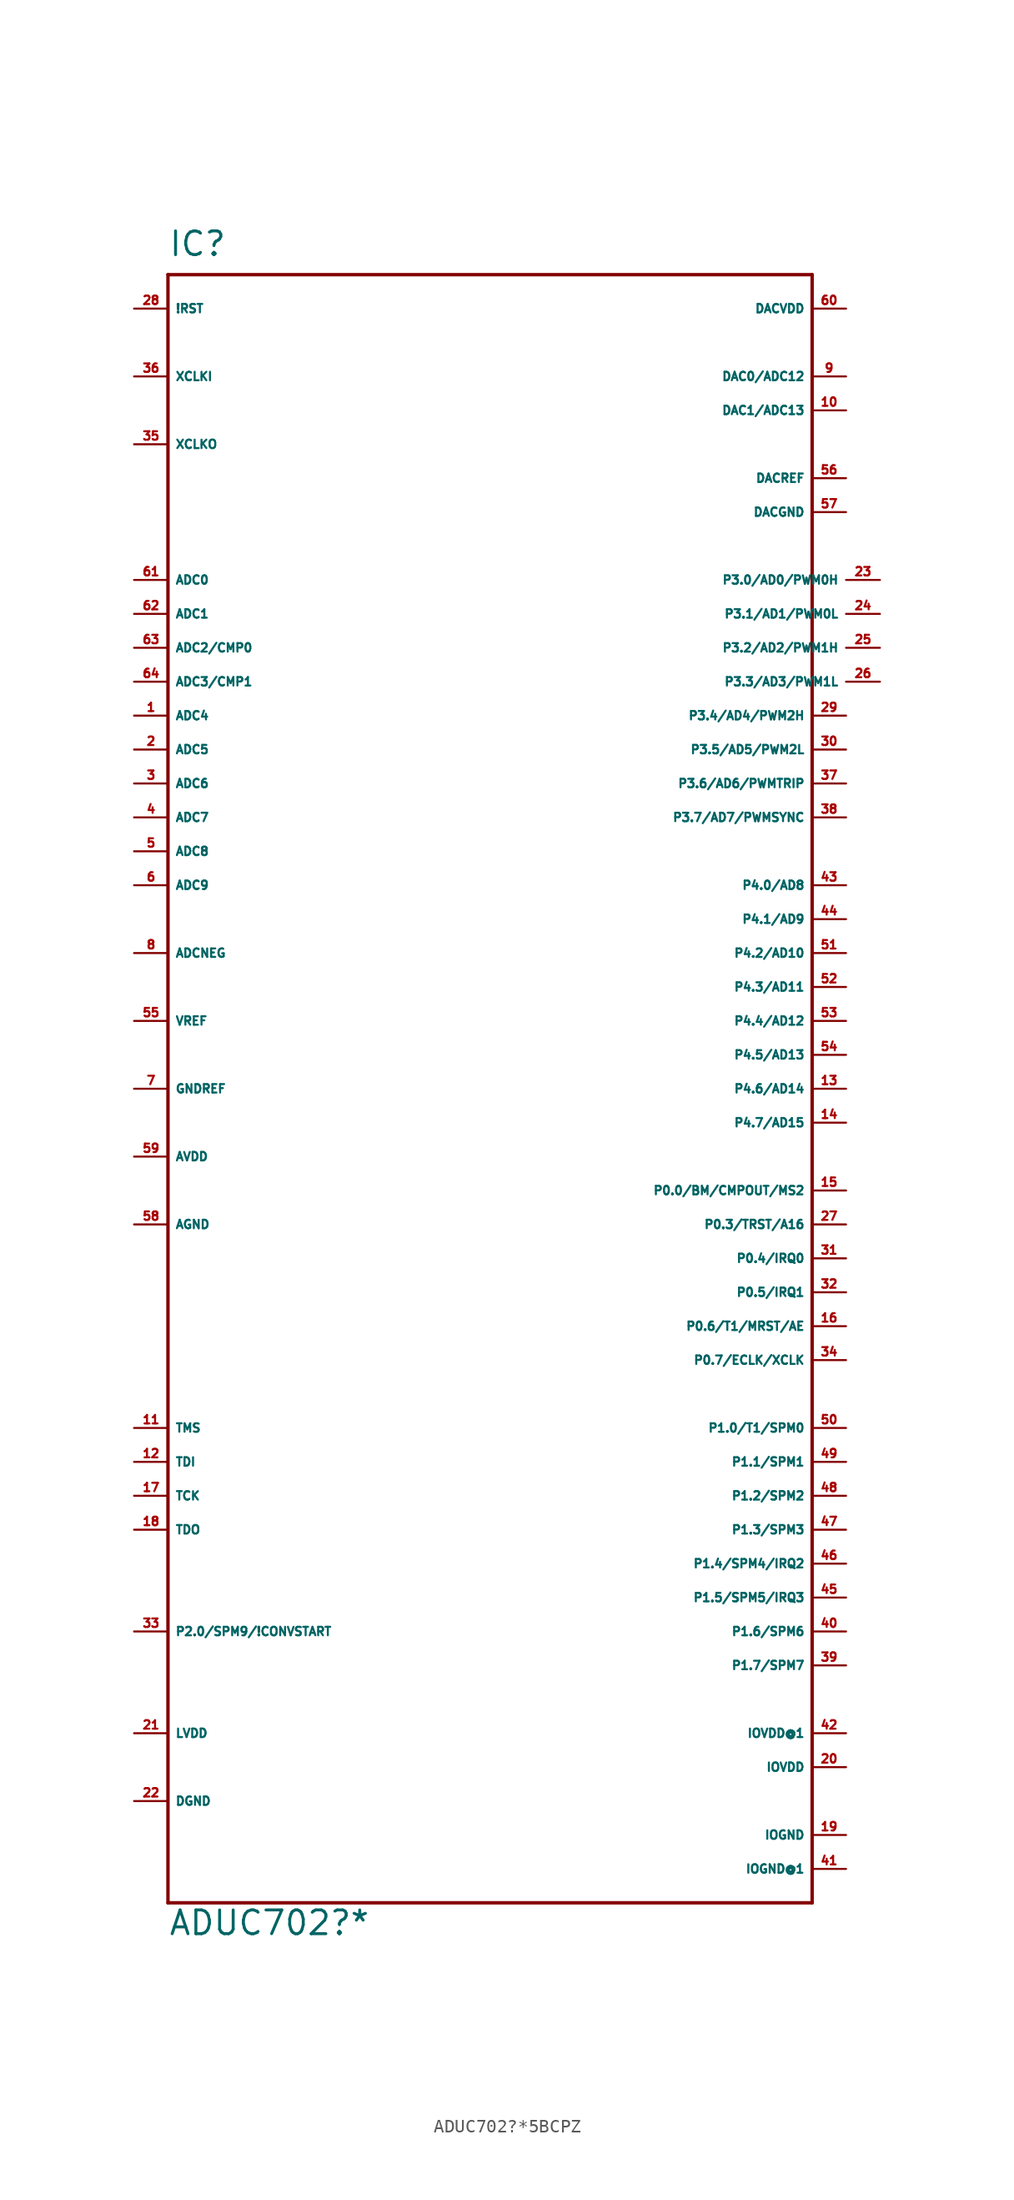
<source format=kicad_sym>
(kicad_symbol_lib
  (version 20220914)
  (generator Eagle2Kicad)
  (symbol "ADUC702?*5BCPZ"
    (property "Reference" "IC"
      (at -22.86 59.69 0)
      (effects (font (size 1.778 1.778) (thickness 0.22)) (justify left bottom)))
    (property "Value" "ADUC702?*"
      (at -22.86 -66.04 0)
      (effects (font (size 1.778 1.778) (thickness 0.22)) (justify left bottom)))
    (polyline
      (pts (xy -22.86 58.42) (xy 25.4 58.42))
      (stroke (width 0.254) (type default))
      (fill (type none)))
    (polyline
      (pts (xy 25.4 58.42) (xy 25.4 -63.5))
      (stroke (width 0.254) (type default))
      (fill (type none)))
    (polyline
      (pts (xy 25.4 -63.5) (xy -22.86 -63.5))
      (stroke (width 0.254) (type default))
      (fill (type none)))
    (polyline
      (pts (xy -22.86 -63.5) (xy -22.86 58.42))
      (stroke (width 0.254) (type default))
      (fill (type none)))
    (pin input line
      (at -25.4 35.56 0)
      (length 2.54)
      (name "ADC0" (effects (font (size 0.635 0.635) (thickness 0.08)) (justify left bottom)))
      (number "61" (effects (font (size 0.635 0.635) (thickness 0.08)) (justify left bottom))))
    (pin input line
      (at -25.4 33.02 0)
      (length 2.54)
      (name "ADC1" (effects (font (size 0.635 0.635) (thickness 0.08)) (justify left bottom)))
      (number "62" (effects (font (size 0.635 0.635) (thickness 0.08)) (justify left bottom))))
    (pin input line
      (at -25.4 30.48 0)
      (length 2.54)
      (name "ADC2/CMP0" (effects (font (size 0.635 0.635) (thickness 0.08)) (justify left bottom)))
      (number "63" (effects (font (size 0.635 0.635) (thickness 0.08)) (justify left bottom))))
    (pin input line
      (at -25.4 27.94 0)
      (length 2.54)
      (name "ADC3/CMP1" (effects (font (size 0.635 0.635) (thickness 0.08)) (justify left bottom)))
      (number "64" (effects (font (size 0.635 0.635) (thickness 0.08)) (justify left bottom))))
    (pin input line
      (at -25.4 25.4 0)
      (length 2.54)
      (name "ADC4" (effects (font (size 0.635 0.635) (thickness 0.08)) (justify left bottom)))
      (number "1" (effects (font (size 0.635 0.635) (thickness 0.08)) (justify left bottom))))
    (pin input line
      (at -25.4 22.86 0)
      (length 2.54)
      (name "ADC5" (effects (font (size 0.635 0.635) (thickness 0.08)) (justify left bottom)))
      (number "2" (effects (font (size 0.635 0.635) (thickness 0.08)) (justify left bottom))))
    (pin input line
      (at -25.4 20.32 0)
      (length 2.54)
      (name "ADC6" (effects (font (size 0.635 0.635) (thickness 0.08)) (justify left bottom)))
      (number "3" (effects (font (size 0.635 0.635) (thickness 0.08)) (justify left bottom))))
    (pin input line
      (at -25.4 17.78 0)
      (length 2.54)
      (name "ADC7" (effects (font (size 0.635 0.635) (thickness 0.08)) (justify left bottom)))
      (number "4" (effects (font (size 0.635 0.635) (thickness 0.08)) (justify left bottom))))
    (pin input line
      (at -25.4 15.24 0)
      (length 2.54)
      (name "ADC8" (effects (font (size 0.635 0.635) (thickness 0.08)) (justify left bottom)))
      (number "5" (effects (font (size 0.635 0.635) (thickness 0.08)) (justify left bottom))))
    (pin input line
      (at -25.4 12.7 0)
      (length 2.54)
      (name "ADC9" (effects (font (size 0.635 0.635) (thickness 0.08)) (justify left bottom)))
      (number "6" (effects (font (size 0.635 0.635) (thickness 0.08)) (justify left bottom))))
    (pin passive line
      (at -25.4 2.54 0)
      (length 2.54)
      (name "VREF" (effects (font (size 0.635 0.635) (thickness 0.08)) (justify left bottom)))
      (number "55" (effects (font (size 0.635 0.635) (thickness 0.08)) (justify left bottom))))
    (pin input line
      (at -25.4 55.88 0)
      (length 2.54)
      (name "!RST" (effects (font (size 0.635 0.635) (thickness 0.08)) (justify left bottom)))
      (number "28" (effects (font (size 0.635 0.635) (thickness 0.08)) (justify left bottom))))
    (pin input line
      (at -25.4 50.8 0)
      (length 2.54)
      (name "XCLKI" (effects (font (size 0.635 0.635) (thickness 0.08)) (justify left bottom)))
      (number "36" (effects (font (size 0.635 0.635) (thickness 0.08)) (justify left bottom))))
    (pin output line
      (at -25.4 45.72 0)
      (length 2.54)
      (name "XCLKO" (effects (font (size 0.635 0.635) (thickness 0.08)) (justify left bottom)))
      (number "35" (effects (font (size 0.635 0.635) (thickness 0.08)) (justify left bottom))))
    (pin input line
      (at 27.94 50.8 180)
      (length 2.54)
      (name "DAC0/ADC12" (effects (font (size 0.635 0.635) (thickness 0.08)) (justify left bottom)))
      (number "9" (effects (font (size 0.635 0.635) (thickness 0.08)) (justify left bottom))))
    (pin input line
      (at 27.94 48.26 180)
      (length 2.54)
      (name "DAC1/ADC13" (effects (font (size 0.635 0.635) (thickness 0.08)) (justify left bottom)))
      (number "10" (effects (font (size 0.635 0.635) (thickness 0.08)) (justify left bottom))))
    (pin output line
      (at 30.48 35.56 180)
      (length 2.54)
      (name "P3.0/AD0/PWM0H" (effects (font (size 0.635 0.635) (thickness 0.08)) (justify left bottom)))
      (number "23" (effects (font (size 0.635 0.635) (thickness 0.08)) (justify left bottom))))
    (pin output line
      (at 30.48 33.02 180)
      (length 2.54)
      (name "P3.1/AD1/PWM0L" (effects (font (size 0.635 0.635) (thickness 0.08)) (justify left bottom)))
      (number "24" (effects (font (size 0.635 0.635) (thickness 0.08)) (justify left bottom))))
    (pin output line
      (at 30.48 30.48 180)
      (length 2.54)
      (name "P3.2/AD2/PWM1H" (effects (font (size 0.635 0.635) (thickness 0.08)) (justify left bottom)))
      (number "25" (effects (font (size 0.635 0.635) (thickness 0.08)) (justify left bottom))))
    (pin output line
      (at 30.48 27.94 180)
      (length 2.54)
      (name "P3.3/AD3/PWM1L" (effects (font (size 0.635 0.635) (thickness 0.08)) (justify left bottom)))
      (number "26" (effects (font (size 0.635 0.635) (thickness 0.08)) (justify left bottom))))
    (pin output line
      (at 27.94 25.4 180)
      (length 2.54)
      (name "P3.4/AD4/PWM2H" (effects (font (size 0.635 0.635) (thickness 0.08)) (justify left bottom)))
      (number "29" (effects (font (size 0.635 0.635) (thickness 0.08)) (justify left bottom))))
    (pin output line
      (at 27.94 22.86 180)
      (length 2.54)
      (name "P3.5/AD5/PWM2L" (effects (font (size 0.635 0.635) (thickness 0.08)) (justify left bottom)))
      (number "30" (effects (font (size 0.635 0.635) (thickness 0.08)) (justify left bottom))))
    (pin input line
      (at -25.4 -2.54 0)
      (length 2.54)
      (name "GNDREF" (effects (font (size 0.635 0.635) (thickness 0.08)) (justify left bottom)))
      (number "7" (effects (font (size 0.635 0.635) (thickness 0.08)) (justify left bottom))))
    (pin unspecified line
      (at -25.4 -12.7 0)
      (length 2.54)
      (name "AGND" (effects (font (size 0.635 0.635) (thickness 0.08)) (justify left bottom)))
      (number "58" (effects (font (size 0.635 0.635) (thickness 0.08)) (justify left bottom))))
    (pin unspecified line
      (at -25.4 -7.62 0)
      (length 2.54)
      (name "AVDD" (effects (font (size 0.635 0.635) (thickness 0.08)) (justify left bottom)))
      (number "59" (effects (font (size 0.635 0.635) (thickness 0.08)) (justify left bottom))))
    (pin unspecified line
      (at 27.94 -58.42 180)
      (length 2.54)
      (name "IOGND" (effects (font (size 0.635 0.635) (thickness 0.08)) (justify left bottom)))
      (number "19" (effects (font (size 0.635 0.635) (thickness 0.08)) (justify left bottom))))
    (pin unspecified line
      (at 27.94 -53.34 180)
      (length 2.54)
      (name "IOVDD" (effects (font (size 0.635 0.635) (thickness 0.08)) (justify left bottom)))
      (number "20" (effects (font (size 0.635 0.635) (thickness 0.08)) (justify left bottom))))
    (pin unspecified line
      (at 27.94 -50.8 180)
      (length 2.54)
      (name "IOVDD@1" (effects (font (size 0.635 0.635) (thickness 0.08)) (justify left bottom)))
      (number "42" (effects (font (size 0.635 0.635) (thickness 0.08)) (justify left bottom))))
    (pin unspecified line
      (at 27.94 -60.96 180)
      (length 2.54)
      (name "IOGND@1" (effects (font (size 0.635 0.635) (thickness 0.08)) (justify left bottom)))
      (number "41" (effects (font (size 0.635 0.635) (thickness 0.08)) (justify left bottom))))
    (pin unspecified line
      (at -25.4 -55.88 0)
      (length 2.54)
      (name "DGND" (effects (font (size 0.635 0.635) (thickness 0.08)) (justify left bottom)))
      (number "22" (effects (font (size 0.635 0.635) (thickness 0.08)) (justify left bottom))))
    (pin output line
      (at -25.4 -50.8 0)
      (length 2.54)
      (name "LVDD" (effects (font (size 0.635 0.635) (thickness 0.08)) (justify left bottom)))
      (number "21" (effects (font (size 0.635 0.635) (thickness 0.08)) (justify left bottom))))
    (pin unspecified line
      (at 27.94 55.88 180)
      (length 2.54)
      (name "DACVDD" (effects (font (size 0.635 0.635) (thickness 0.08)) (justify left bottom)))
      (number "60" (effects (font (size 0.635 0.635) (thickness 0.08)) (justify left bottom))))
    (pin unspecified line
      (at 27.94 40.64 180)
      (length 2.54)
      (name "DACGND" (effects (font (size 0.635 0.635) (thickness 0.08)) (justify left bottom)))
      (number "57" (effects (font (size 0.635 0.635) (thickness 0.08)) (justify left bottom))))
    (pin output line
      (at 27.94 20.32 180)
      (length 2.54)
      (name "P3.6/AD6/PWMTRIP" (effects (font (size 0.635 0.635) (thickness 0.08)) (justify left bottom)))
      (number "37" (effects (font (size 0.635 0.635) (thickness 0.08)) (justify left bottom))))
    (pin output line
      (at 27.94 17.78 180)
      (length 2.54)
      (name "P3.7/AD7/PWMSYNC" (effects (font (size 0.635 0.635) (thickness 0.08)) (justify left bottom)))
      (number "38" (effects (font (size 0.635 0.635) (thickness 0.08)) (justify left bottom))))
    (pin bidirectional line
      (at 27.94 -22.86 180)
      (length 2.54)
      (name "P0.7/ECLK/XCLK" (effects (font (size 0.635 0.635) (thickness 0.08)) (justify left bottom)))
      (number "34" (effects (font (size 0.635 0.635) (thickness 0.08)) (justify left bottom))))
    (pin bidirectional line
      (at 27.94 -15.24 180)
      (length 2.54)
      (name "P0.4/IRQ0" (effects (font (size 0.635 0.635) (thickness 0.08)) (justify left bottom)))
      (number "31" (effects (font (size 0.635 0.635) (thickness 0.08)) (justify left bottom))))
    (pin bidirectional line
      (at 27.94 -17.78 180)
      (length 2.54)
      (name "P0.5/IRQ1" (effects (font (size 0.635 0.635) (thickness 0.08)) (justify left bottom)))
      (number "32" (effects (font (size 0.635 0.635) (thickness 0.08)) (justify left bottom))))
    (pin bidirectional line
      (at 27.94 -12.7 180)
      (length 2.54)
      (name "P0.3/TRST/A16" (effects (font (size 0.635 0.635) (thickness 0.08)) (justify left bottom)))
      (number "27" (effects (font (size 0.635 0.635) (thickness 0.08)) (justify left bottom))))
    (pin bidirectional line
      (at 27.94 -20.32 180)
      (length 2.54)
      (name "P0.6/T1/MRST/AE" (effects (font (size 0.635 0.635) (thickness 0.08)) (justify left bottom)))
      (number "16" (effects (font (size 0.635 0.635) (thickness 0.08)) (justify left bottom))))
    (pin bidirectional line
      (at 27.94 -10.16 180)
      (length 2.54)
      (name "P0.0/BM/CMPOUT/MS2" (effects (font (size 0.635 0.635) (thickness 0.08)) (justify left bottom)))
      (number "15" (effects (font (size 0.635 0.635) (thickness 0.08)) (justify left bottom))))
    (pin bidirectional line
      (at -25.4 -43.18 0)
      (length 2.54)
      (name "P2.0/SPM9/!CONVSTART" (effects (font (size 0.635 0.635) (thickness 0.08)) (justify left bottom)))
      (number "33" (effects (font (size 0.635 0.635) (thickness 0.08)) (justify left bottom))))
    (pin bidirectional line
      (at 27.94 12.7 180)
      (length 2.54)
      (name "P4.0/AD8" (effects (font (size 0.635 0.635) (thickness 0.08)) (justify left bottom)))
      (number "43" (effects (font (size 0.635 0.635) (thickness 0.08)) (justify left bottom))))
    (pin bidirectional line
      (at 27.94 10.16 180)
      (length 2.54)
      (name "P4.1/AD9" (effects (font (size 0.635 0.635) (thickness 0.08)) (justify left bottom)))
      (number "44" (effects (font (size 0.635 0.635) (thickness 0.08)) (justify left bottom))))
    (pin bidirectional line
      (at 27.94 7.62 180)
      (length 2.54)
      (name "P4.2/AD10" (effects (font (size 0.635 0.635) (thickness 0.08)) (justify left bottom)))
      (number "51" (effects (font (size 0.635 0.635) (thickness 0.08)) (justify left bottom))))
    (pin bidirectional line
      (at 27.94 5.08 180)
      (length 2.54)
      (name "P4.3/AD11" (effects (font (size 0.635 0.635) (thickness 0.08)) (justify left bottom)))
      (number "52" (effects (font (size 0.635 0.635) (thickness 0.08)) (justify left bottom))))
    (pin bidirectional line
      (at 27.94 2.54 180)
      (length 2.54)
      (name "P4.4/AD12" (effects (font (size 0.635 0.635) (thickness 0.08)) (justify left bottom)))
      (number "53" (effects (font (size 0.635 0.635) (thickness 0.08)) (justify left bottom))))
    (pin bidirectional line
      (at 27.94 0 180)
      (length 2.54)
      (name "P4.5/AD13" (effects (font (size 0.635 0.635) (thickness 0.08)) (justify left bottom)))
      (number "54" (effects (font (size 0.635 0.635) (thickness 0.08)) (justify left bottom))))
    (pin bidirectional line
      (at 27.94 -2.54 180)
      (length 2.54)
      (name "P4.6/AD14" (effects (font (size 0.635 0.635) (thickness 0.08)) (justify left bottom)))
      (number "13" (effects (font (size 0.635 0.635) (thickness 0.08)) (justify left bottom))))
    (pin bidirectional line
      (at 27.94 -5.08 180)
      (length 2.54)
      (name "P4.7/AD15" (effects (font (size 0.635 0.635) (thickness 0.08)) (justify left bottom)))
      (number "14" (effects (font (size 0.635 0.635) (thickness 0.08)) (justify left bottom))))
    (pin bidirectional line
      (at 27.94 -27.94 180)
      (length 2.54)
      (name "P1.0/T1/SPM0" (effects (font (size 0.635 0.635) (thickness 0.08)) (justify left bottom)))
      (number "50" (effects (font (size 0.635 0.635) (thickness 0.08)) (justify left bottom))))
    (pin bidirectional line
      (at 27.94 -30.48 180)
      (length 2.54)
      (name "P1.1/SPM1" (effects (font (size 0.635 0.635) (thickness 0.08)) (justify left bottom)))
      (number "49" (effects (font (size 0.635 0.635) (thickness 0.08)) (justify left bottom))))
    (pin bidirectional line
      (at 27.94 -33.02 180)
      (length 2.54)
      (name "P1.2/SPM2" (effects (font (size 0.635 0.635) (thickness 0.08)) (justify left bottom)))
      (number "48" (effects (font (size 0.635 0.635) (thickness 0.08)) (justify left bottom))))
    (pin bidirectional line
      (at 27.94 -35.56 180)
      (length 2.54)
      (name "P1.3/SPM3" (effects (font (size 0.635 0.635) (thickness 0.08)) (justify left bottom)))
      (number "47" (effects (font (size 0.635 0.635) (thickness 0.08)) (justify left bottom))))
    (pin bidirectional line
      (at 27.94 -38.1 180)
      (length 2.54)
      (name "P1.4/SPM4/IRQ2" (effects (font (size 0.635 0.635) (thickness 0.08)) (justify left bottom)))
      (number "46" (effects (font (size 0.635 0.635) (thickness 0.08)) (justify left bottom))))
    (pin bidirectional line
      (at 27.94 -40.64 180)
      (length 2.54)
      (name "P1.5/SPM5/IRQ3" (effects (font (size 0.635 0.635) (thickness 0.08)) (justify left bottom)))
      (number "45" (effects (font (size 0.635 0.635) (thickness 0.08)) (justify left bottom))))
    (pin bidirectional line
      (at 27.94 -43.18 180)
      (length 2.54)
      (name "P1.6/SPM6" (effects (font (size 0.635 0.635) (thickness 0.08)) (justify left bottom)))
      (number "40" (effects (font (size 0.635 0.635) (thickness 0.08)) (justify left bottom))))
    (pin bidirectional line
      (at 27.94 -45.72 180)
      (length 2.54)
      (name "P1.7/SPM7" (effects (font (size 0.635 0.635) (thickness 0.08)) (justify left bottom)))
      (number "39" (effects (font (size 0.635 0.635) (thickness 0.08)) (justify left bottom))))
    (pin input line
      (at -25.4 7.62 0)
      (length 2.54)
      (name "ADCNEG" (effects (font (size 0.635 0.635) (thickness 0.08)) (justify left bottom)))
      (number "8" (effects (font (size 0.635 0.635) (thickness 0.08)) (justify left bottom))))
    (pin input line
      (at -25.4 -27.94 0)
      (length 2.54)
      (name "TMS" (effects (font (size 0.635 0.635) (thickness 0.08)) (justify left bottom)))
      (number "11" (effects (font (size 0.635 0.635) (thickness 0.08)) (justify left bottom))))
    (pin input line
      (at -25.4 -30.48 0)
      (length 2.54)
      (name "TDI" (effects (font (size 0.635 0.635) (thickness 0.08)) (justify left bottom)))
      (number "12" (effects (font (size 0.635 0.635) (thickness 0.08)) (justify left bottom))))
    (pin input line
      (at -25.4 -33.02 0)
      (length 2.54)
      (name "TCK" (effects (font (size 0.635 0.635) (thickness 0.08)) (justify left bottom)))
      (number "17" (effects (font (size 0.635 0.635) (thickness 0.08)) (justify left bottom))))
    (pin output line
      (at -25.4 -35.56 0)
      (length 2.54)
      (name "TDO" (effects (font (size 0.635 0.635) (thickness 0.08)) (justify left bottom)))
      (number "18" (effects (font (size 0.635 0.635) (thickness 0.08)) (justify left bottom))))
    (pin input line
      (at 27.94 43.18 180)
      (length 2.54)
      (name "DACREF" (effects (font (size 0.635 0.635) (thickness 0.08)) (justify left bottom)))
      (number "56" (effects (font (size 0.635 0.635) (thickness 0.08)) (justify left bottom))))))
</source>
